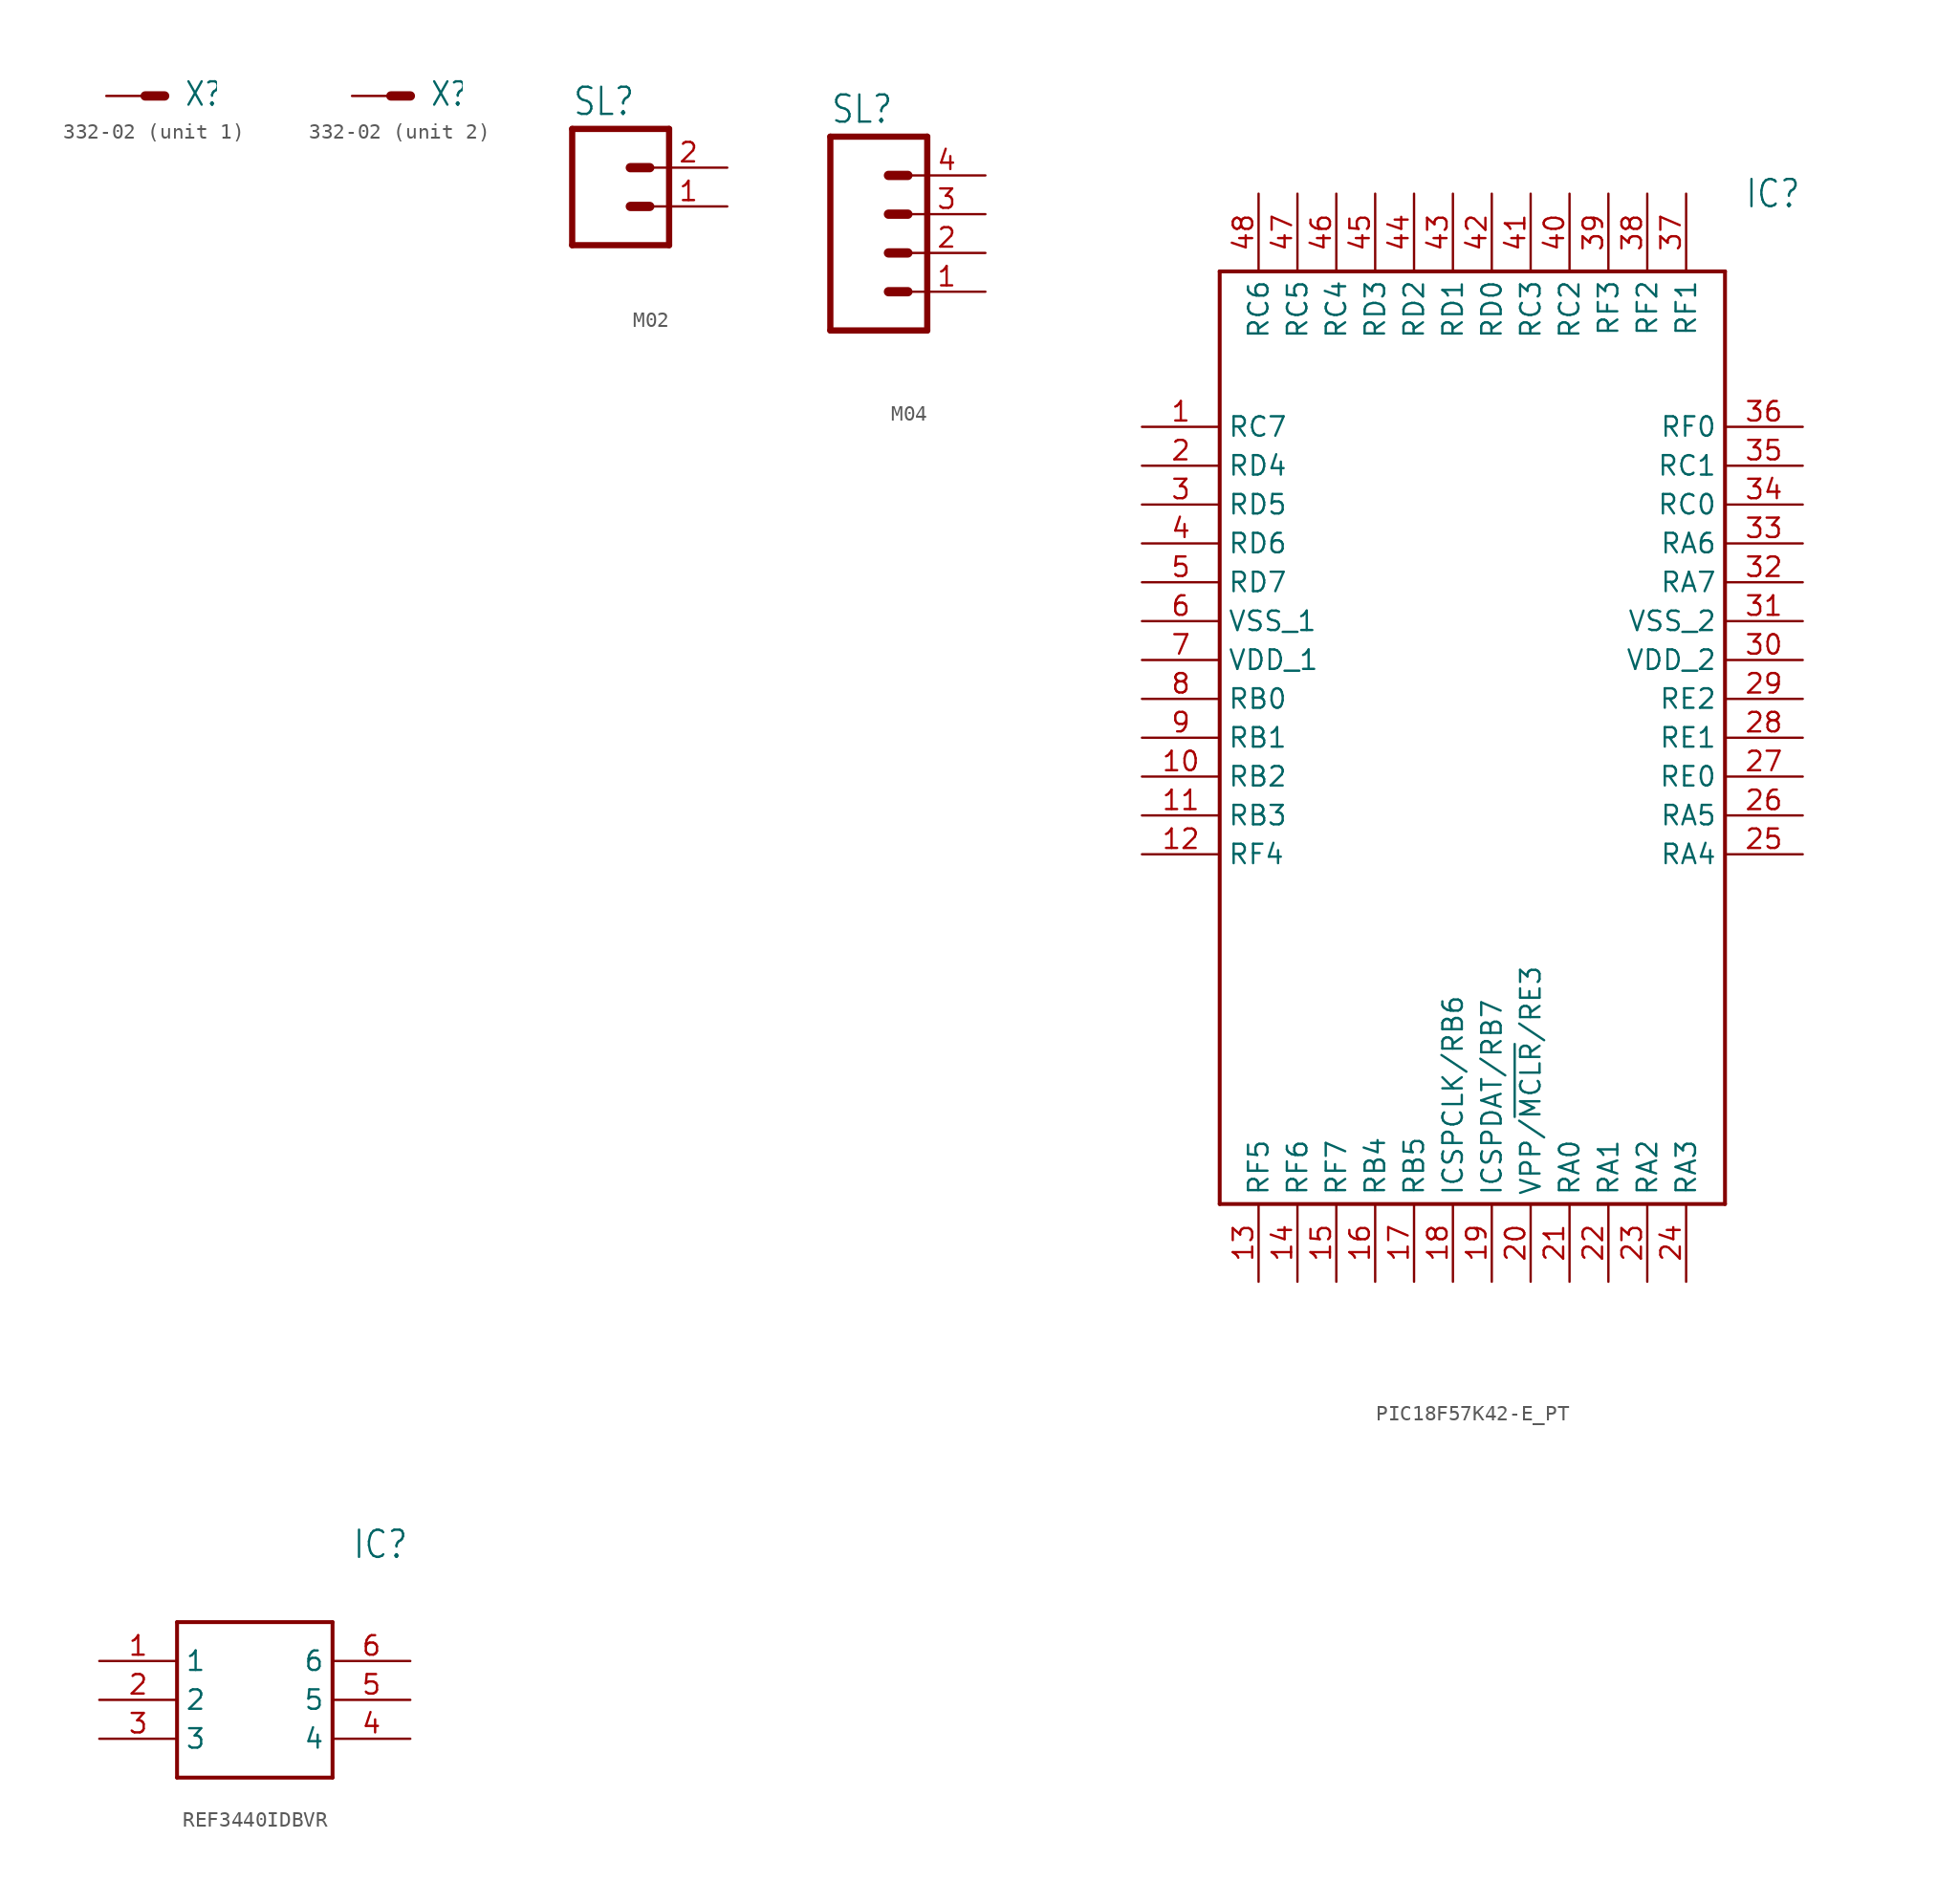
<source format=kicad_sym>
(kicad_symbol_lib
  (version 20231120)
  (generator "kicad_symbol_editor")
  (generator_version "8.0")
  (symbol "332-02"
    (property "Reference" "X"
      (at 2.54 -0.762 0)
      (effects (font (size 1.524 1.295)) (justify left bottom)))
    (property "Value" ""
      (at -0.762 1.397 0)
      (effects (font (size 1.778 1.511)) (justify left bottom)))
    (property "ki_locked" ""
      (at 0 0 0)
      (effects (font (size 1.27 1.27))))
    (symbol "332-02_1_0"
      (polyline (pts (xy 1.27 0) (xy 0 0)) (stroke (width 0.61) (type solid)) (fill (type none)))
      (pin passive line (at -2.54 0 0) (length 2.54) (name "S" (effects (font (size 0 0)))) (number "1" (effects (font (size 0 0))))))
    (symbol "332-02_2_0"
      (polyline (pts (xy 1.27 0) (xy 0 0)) (stroke (width 0.61) (type solid)) (fill (type none)))
      (pin passive line (at -2.54 0 0) (length 2.54) (name "S" (effects (font (size 0 0)))) (number "2" (effects (font (size 0 0)))))))
  (symbol "M02"
    (property "Reference" "SL"
      (at -2.54 5.842 0)
      (effects (font (size 1.778 1.511)) (justify left bottom)))
    (property "Value" ""
      (at -2.54 -5.08 0)
      (effects (font (size 1.778 1.511)) (justify left bottom)))
    (property "ki_locked" ""
      (at 0 0 0)
      (effects (font (size 1.27 1.27))))
    (symbol "M02_1_0"
      (polyline (pts (xy -2.54 5.08) (xy -2.54 -2.54)) (stroke (width 0.406) (type solid)) (fill (type none)))
      (polyline (pts (xy -2.54 5.08) (xy 3.81 5.08)) (stroke (width 0.406) (type solid)) (fill (type none)))
      (polyline (pts (xy 1.27 0) (xy 2.54 0)) (stroke (width 0.61) (type solid)) (fill (type none)))
      (polyline (pts (xy 1.27 2.54) (xy 2.54 2.54)) (stroke (width 0.61) (type solid)) (fill (type none)))
      (polyline (pts (xy 3.81 -2.54) (xy -2.54 -2.54)) (stroke (width 0.406) (type solid)) (fill (type none)))
      (polyline (pts (xy 3.81 -2.54) (xy 3.81 5.08)) (stroke (width 0.406) (type solid)) (fill (type none)))
      (pin passive line (at 7.62 0 180) (length 5.08) (name "1" (effects (font (size 0 0)))) (number "1" (effects (font (size 1.27 1.27)))))
      (pin passive line (at 7.62 2.54 180) (length 5.08) (name "2" (effects (font (size 0 0)))) (number "2" (effects (font (size 1.27 1.27)))))))
  (symbol "M04"
    (property "Reference" "SL"
      (at -5.08 8.382 0)
      (effects (font (size 1.778 1.511)) (justify left bottom)))
    (property "Value" ""
      (at -5.08 -7.62 0)
      (effects (font (size 1.778 1.511)) (justify left bottom)))
    (property "ki_locked" ""
      (at 0 0 0)
      (effects (font (size 1.27 1.27))))
    (symbol "M04_1_0"
      (polyline (pts (xy -5.08 7.62) (xy -5.08 -5.08)) (stroke (width 0.406) (type solid)) (fill (type none)))
      (polyline (pts (xy -5.08 7.62) (xy 1.27 7.62)) (stroke (width 0.406) (type solid)) (fill (type none)))
      (polyline (pts (xy -1.27 -2.54) (xy 0 -2.54)) (stroke (width 0.61) (type solid)) (fill (type none)))
      (polyline (pts (xy -1.27 0) (xy 0 0)) (stroke (width 0.61) (type solid)) (fill (type none)))
      (polyline (pts (xy -1.27 2.54) (xy 0 2.54)) (stroke (width 0.61) (type solid)) (fill (type none)))
      (polyline (pts (xy -1.27 5.08) (xy 0 5.08)) (stroke (width 0.61) (type solid)) (fill (type none)))
      (polyline (pts (xy 1.27 -5.08) (xy -5.08 -5.08)) (stroke (width 0.406) (type solid)) (fill (type none)))
      (polyline (pts (xy 1.27 -5.08) (xy 1.27 7.62)) (stroke (width 0.406) (type solid)) (fill (type none)))
      (pin passive line (at 5.08 -2.54 180) (length 5.08) (name "1" (effects (font (size 0 0)))) (number "1" (effects (font (size 1.27 1.27)))))
      (pin passive line (at 5.08 0 180) (length 5.08) (name "2" (effects (font (size 0 0)))) (number "2" (effects (font (size 1.27 1.27)))))
      (pin passive line (at 5.08 2.54 180) (length 5.08) (name "3" (effects (font (size 0 0)))) (number "3" (effects (font (size 1.27 1.27)))))
      (pin passive line (at 5.08 5.08 180) (length 5.08) (name "4" (effects (font (size 0 0)))) (number "4" (effects (font (size 1.27 1.27)))))))
  (symbol "PIC18F57K42-E_PT"
    (property "Reference" "IC"
      (at 39.37 15.24 0)
      (effects (font (size 1.778 1.511)) (justify left)))
    (property "Value" ""
      (at 39.37 12.7 0)
      (effects (font (size 1.778 1.511)) (justify left)))
    (property "ki_locked" ""
      (at 0 0 0)
      (effects (font (size 1.27 1.27))))
    (symbol "PIC18F57K42-E_PT_1_0"
      (polyline (pts (xy 5.08 10.16) (xy 5.08 -50.8)) (stroke (width 0.254) (type solid)) (fill (type none)))
      (polyline (pts (xy 5.08 10.16) (xy 38.1 10.16)) (stroke (width 0.254) (type solid)) (fill (type none)))
      (polyline (pts (xy 38.1 -50.8) (xy 5.08 -50.8)) (stroke (width 0.254) (type solid)) (fill (type none)))
      (polyline (pts (xy 38.1 -50.8) (xy 38.1 10.16)) (stroke (width 0.254) (type solid)) (fill (type none)))
      (pin bidirectional line (at 0 0 0) (length 5.08) (name "RC7" (effects (font (size 1.27 1.27)))) (number "1" (effects (font (size 1.27 1.27)))))
      (pin bidirectional line (at 0 -22.86 0) (length 5.08) (name "RB2" (effects (font (size 1.27 1.27)))) (number "10" (effects (font (size 1.27 1.27)))))
      (pin bidirectional line (at 0 -25.4 0) (length 5.08) (name "RB3" (effects (font (size 1.27 1.27)))) (number "11" (effects (font (size 1.27 1.27)))))
      (pin bidirectional line (at 0 -27.94 0) (length 5.08) (name "RF4" (effects (font (size 1.27 1.27)))) (number "12" (effects (font (size 1.27 1.27)))))
      (pin bidirectional line (at 7.62 -55.88 90) (length 5.08) (name "RF5" (effects (font (size 1.27 1.27)))) (number "13" (effects (font (size 1.27 1.27)))))
      (pin bidirectional line (at 10.16 -55.88 90) (length 5.08) (name "RF6" (effects (font (size 1.27 1.27)))) (number "14" (effects (font (size 1.27 1.27)))))
      (pin bidirectional line (at 12.7 -55.88 90) (length 5.08) (name "RF7" (effects (font (size 1.27 1.27)))) (number "15" (effects (font (size 1.27 1.27)))))
      (pin bidirectional line (at 15.24 -55.88 90) (length 5.08) (name "RB4" (effects (font (size 1.27 1.27)))) (number "16" (effects (font (size 1.27 1.27)))))
      (pin bidirectional line (at 17.78 -55.88 90) (length 5.08) (name "RB5" (effects (font (size 1.27 1.27)))) (number "17" (effects (font (size 1.27 1.27)))))
      (pin bidirectional line (at 20.32 -55.88 90) (length 5.08) (name "ICSPCLK/RB6" (effects (font (size 1.27 1.27)))) (number "18" (effects (font (size 1.27 1.27)))))
      (pin bidirectional line (at 22.86 -55.88 90) (length 5.08) (name "ICSPDAT/RB7" (effects (font (size 1.27 1.27)))) (number "19" (effects (font (size 1.27 1.27)))))
      (pin bidirectional line (at 0 -2.54 0) (length 5.08) (name "RD4" (effects (font (size 1.27 1.27)))) (number "2" (effects (font (size 1.27 1.27)))))
      (pin bidirectional line (at 25.4 -55.88 90) (length 5.08) (name "VPP/~{MCLR}/RE3" (effects (font (size 1.27 1.27)))) (number "20" (effects (font (size 1.27 1.27)))))
      (pin bidirectional line (at 27.94 -55.88 90) (length 5.08) (name "RA0" (effects (font (size 1.27 1.27)))) (number "21" (effects (font (size 1.27 1.27)))))
      (pin bidirectional line (at 30.48 -55.88 90) (length 5.08) (name "RA1" (effects (font (size 1.27 1.27)))) (number "22" (effects (font (size 1.27 1.27)))))
      (pin bidirectional line (at 33.02 -55.88 90) (length 5.08) (name "RA2" (effects (font (size 1.27 1.27)))) (number "23" (effects (font (size 1.27 1.27)))))
      (pin bidirectional line (at 35.56 -55.88 90) (length 5.08) (name "RA3" (effects (font (size 1.27 1.27)))) (number "24" (effects (font (size 1.27 1.27)))))
      (pin bidirectional line (at 43.18 -27.94 180) (length 5.08) (name "RA4" (effects (font (size 1.27 1.27)))) (number "25" (effects (font (size 1.27 1.27)))))
      (pin bidirectional line (at 43.18 -25.4 180) (length 5.08) (name "RA5" (effects (font (size 1.27 1.27)))) (number "26" (effects (font (size 1.27 1.27)))))
      (pin bidirectional line (at 43.18 -22.86 180) (length 5.08) (name "RE0" (effects (font (size 1.27 1.27)))) (number "27" (effects (font (size 1.27 1.27)))))
      (pin bidirectional line (at 43.18 -20.32 180) (length 5.08) (name "RE1" (effects (font (size 1.27 1.27)))) (number "28" (effects (font (size 1.27 1.27)))))
      (pin bidirectional line (at 43.18 -17.78 180) (length 5.08) (name "RE2" (effects (font (size 1.27 1.27)))) (number "29" (effects (font (size 1.27 1.27)))))
      (pin bidirectional line (at 0 -5.08 0) (length 5.08) (name "RD5" (effects (font (size 1.27 1.27)))) (number "3" (effects (font (size 1.27 1.27)))))
      (pin bidirectional line (at 43.18 -15.24 180) (length 5.08) (name "VDD_2" (effects (font (size 1.27 1.27)))) (number "30" (effects (font (size 1.27 1.27)))))
      (pin bidirectional line (at 43.18 -12.7 180) (length 5.08) (name "VSS_2" (effects (font (size 1.27 1.27)))) (number "31" (effects (font (size 1.27 1.27)))))
      (pin bidirectional line (at 43.18 -10.16 180) (length 5.08) (name "RA7" (effects (font (size 1.27 1.27)))) (number "32" (effects (font (size 1.27 1.27)))))
      (pin bidirectional line (at 43.18 -7.62 180) (length 5.08) (name "RA6" (effects (font (size 1.27 1.27)))) (number "33" (effects (font (size 1.27 1.27)))))
      (pin bidirectional line (at 43.18 -5.08 180) (length 5.08) (name "RC0" (effects (font (size 1.27 1.27)))) (number "34" (effects (font (size 1.27 1.27)))))
      (pin bidirectional line (at 43.18 -2.54 180) (length 5.08) (name "RC1" (effects (font (size 1.27 1.27)))) (number "35" (effects (font (size 1.27 1.27)))))
      (pin bidirectional line (at 43.18 0 180) (length 5.08) (name "RF0" (effects (font (size 1.27 1.27)))) (number "36" (effects (font (size 1.27 1.27)))))
      (pin bidirectional line (at 35.56 15.24 270) (length 5.08) (name "RF1" (effects (font (size 1.27 1.27)))) (number "37" (effects (font (size 1.27 1.27)))))
      (pin bidirectional line (at 33.02 15.24 270) (length 5.08) (name "RF2" (effects (font (size 1.27 1.27)))) (number "38" (effects (font (size 1.27 1.27)))))
      (pin bidirectional line (at 30.48 15.24 270) (length 5.08) (name "RF3" (effects (font (size 1.27 1.27)))) (number "39" (effects (font (size 1.27 1.27)))))
      (pin bidirectional line (at 0 -7.62 0) (length 5.08) (name "RD6" (effects (font (size 1.27 1.27)))) (number "4" (effects (font (size 1.27 1.27)))))
      (pin bidirectional line (at 27.94 15.24 270) (length 5.08) (name "RC2" (effects (font (size 1.27 1.27)))) (number "40" (effects (font (size 1.27 1.27)))))
      (pin bidirectional line (at 25.4 15.24 270) (length 5.08) (name "RC3" (effects (font (size 1.27 1.27)))) (number "41" (effects (font (size 1.27 1.27)))))
      (pin bidirectional line (at 22.86 15.24 270) (length 5.08) (name "RD0" (effects (font (size 1.27 1.27)))) (number "42" (effects (font (size 1.27 1.27)))))
      (pin bidirectional line (at 20.32 15.24 270) (length 5.08) (name "RD1" (effects (font (size 1.27 1.27)))) (number "43" (effects (font (size 1.27 1.27)))))
      (pin bidirectional line (at 17.78 15.24 270) (length 5.08) (name "RD2" (effects (font (size 1.27 1.27)))) (number "44" (effects (font (size 1.27 1.27)))))
      (pin bidirectional line (at 15.24 15.24 270) (length 5.08) (name "RD3" (effects (font (size 1.27 1.27)))) (number "45" (effects (font (size 1.27 1.27)))))
      (pin bidirectional line (at 12.7 15.24 270) (length 5.08) (name "RC4" (effects (font (size 1.27 1.27)))) (number "46" (effects (font (size 1.27 1.27)))))
      (pin bidirectional line (at 10.16 15.24 270) (length 5.08) (name "RC5" (effects (font (size 1.27 1.27)))) (number "47" (effects (font (size 1.27 1.27)))))
      (pin bidirectional line (at 7.62 15.24 270) (length 5.08) (name "RC6" (effects (font (size 1.27 1.27)))) (number "48" (effects (font (size 1.27 1.27)))))
      (pin bidirectional line (at 0 -10.16 0) (length 5.08) (name "RD7" (effects (font (size 1.27 1.27)))) (number "5" (effects (font (size 1.27 1.27)))))
      (pin bidirectional line (at 0 -12.7 0) (length 5.08) (name "VSS_1" (effects (font (size 1.27 1.27)))) (number "6" (effects (font (size 1.27 1.27)))))
      (pin bidirectional line (at 0 -15.24 0) (length 5.08) (name "VDD_1" (effects (font (size 1.27 1.27)))) (number "7" (effects (font (size 1.27 1.27)))))
      (pin bidirectional line (at 0 -17.78 0) (length 5.08) (name "RB0" (effects (font (size 1.27 1.27)))) (number "8" (effects (font (size 1.27 1.27)))))
      (pin bidirectional line (at 0 -20.32 0) (length 5.08) (name "RB1" (effects (font (size 1.27 1.27)))) (number "9" (effects (font (size 1.27 1.27)))))))
  (symbol "REF3440IDBVR"
    (property "Reference" "IC"
      (at 16.51 7.62 0)
      (effects (font (size 1.778 1.511)) (justify left)))
    (property "Value" ""
      (at 16.51 5.08 0)
      (effects (font (size 1.778 1.511)) (justify left)))
    (property "ki_locked" ""
      (at 0 0 0)
      (effects (font (size 1.27 1.27))))
    (symbol "REF3440IDBVR_1_0"
      (polyline (pts (xy 5.08 2.54) (xy 5.08 -7.62)) (stroke (width 0.254) (type solid)) (fill (type none)))
      (polyline (pts (xy 5.08 2.54) (xy 15.24 2.54)) (stroke (width 0.254) (type solid)) (fill (type none)))
      (polyline (pts (xy 15.24 -7.62) (xy 5.08 -7.62)) (stroke (width 0.254) (type solid)) (fill (type none)))
      (polyline (pts (xy 15.24 -7.62) (xy 15.24 2.54)) (stroke (width 0.254) (type solid)) (fill (type none)))
      (pin bidirectional line (at 0 0 0) (length 5.08) (name "1" (effects (font (size 1.27 1.27)))) (number "1" (effects (font (size 1.27 1.27)))))
      (pin bidirectional line (at 0 -2.54 0) (length 5.08) (name "2" (effects (font (size 1.27 1.27)))) (number "2" (effects (font (size 1.27 1.27)))))
      (pin bidirectional line (at 0 -5.08 0) (length 5.08) (name "3" (effects (font (size 1.27 1.27)))) (number "3" (effects (font (size 1.27 1.27)))))
      (pin bidirectional line (at 20.32 -5.08 180) (length 5.08) (name "4" (effects (font (size 1.27 1.27)))) (number "4" (effects (font (size 1.27 1.27)))))
      (pin bidirectional line (at 20.32 -2.54 180) (length 5.08) (name "5" (effects (font (size 1.27 1.27)))) (number "5" (effects (font (size 1.27 1.27)))))
      (pin bidirectional line (at 20.32 0 180) (length 5.08) (name "6" (effects (font (size 1.27 1.27)))) (number "6" (effects (font (size 1.27 1.27))))))))
</source>
